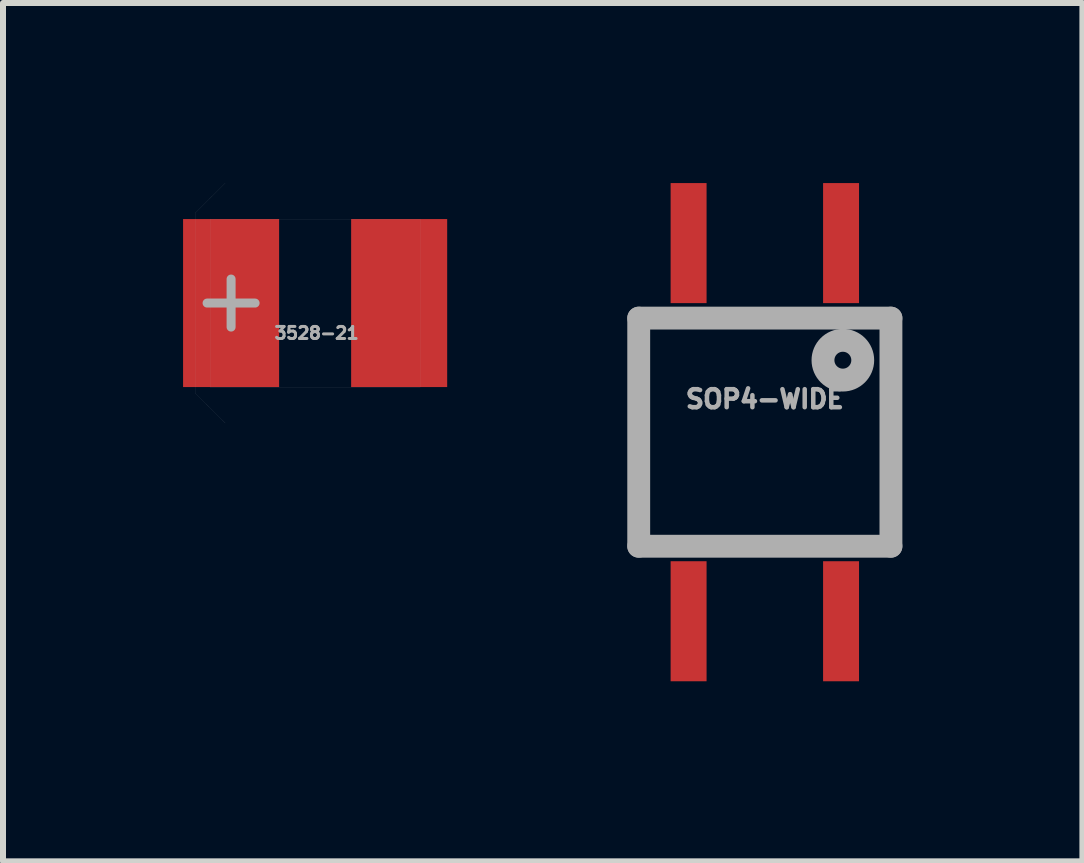
<source format=kicad_pcb>
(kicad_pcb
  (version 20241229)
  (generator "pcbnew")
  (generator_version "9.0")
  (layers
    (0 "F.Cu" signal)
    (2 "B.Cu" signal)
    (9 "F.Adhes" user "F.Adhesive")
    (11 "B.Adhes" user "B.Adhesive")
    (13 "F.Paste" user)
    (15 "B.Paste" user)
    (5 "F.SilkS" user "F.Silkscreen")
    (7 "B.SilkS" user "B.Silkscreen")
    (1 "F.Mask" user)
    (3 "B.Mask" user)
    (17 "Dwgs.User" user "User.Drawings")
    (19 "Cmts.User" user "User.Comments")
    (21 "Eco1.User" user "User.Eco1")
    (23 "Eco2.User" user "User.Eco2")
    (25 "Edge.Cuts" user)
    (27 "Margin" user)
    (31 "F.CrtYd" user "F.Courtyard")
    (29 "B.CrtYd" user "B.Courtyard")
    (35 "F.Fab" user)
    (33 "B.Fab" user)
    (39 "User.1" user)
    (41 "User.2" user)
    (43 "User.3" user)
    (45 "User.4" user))
  (footprint "3528-21"
    (layer "F.Cu")
    (at 2.2 1.999)
    (property "Reference" "3528-21" (at 0.025 0.5 0) (layer "F.Fab") (effects (font (size 0.2 0.2) (thickness 0.05))))
    (attr smd)
    (fp_line (start -1.999 -1.501) (end -1.999 1.501) (stroke (width 0.001) (type solid)) (layer "F.Fab"))
    (fp_line (start -1.999 1.501) (end -1.499 1.999) (stroke (width 0.001) (type solid)) (layer "F.Fab"))
    (fp_line (start -1.8 0) (end -1 0) (stroke (width 0.15) (type solid)) (layer "F.Fab"))
    (fp_line (start -1.75 -1.4) (end 1.75 -1.4) (stroke (width 0.001) (type solid)) (layer "F.Fab"))
    (fp_line (start -1.75 1.4) (end -1.75 -1.4) (stroke (width 0.001) (type solid)) (layer "F.Fab"))
    (fp_line (start -1.499 -1.999) (end -1.999 -1.501) (stroke (width 0.001) (type solid)) (layer "F.Fab"))
    (fp_line (start -1.4 -0.4) (end -1.4 0.4) (stroke (width 0.15) (type solid)) (layer "F.Fab"))
    (fp_line (start 1.75 -1.4) (end 1.75 1.4) (stroke (width 0.001) (type solid)) (layer "F.Fab"))
    (fp_line (start 1.75 1.4) (end -1.75 1.4) (stroke (width 0.001) (type solid)) (layer "F.Fab"))
    (pad "1" smd rect (at -1.4 0) (size 1.6 2.799) (layers "F.Cu" "F.Mask" "F.Paste"))
    (pad "2" smd rect (at 1.4 0) (size 1.6 2.799) (layers "F.Cu" "F.Mask" "F.Paste")))
  (footprint "SOP4-WIDE"
    (layer "F.Cu")
    (at 9.692 4.15)
    (property "Reference" "SOP4-WIDE" (at 0 -0.551 0) (layer "F.Fab") (effects (font (size 0.3 0.3) (thickness 0.075))))
    (attr smd)
    (fp_line (start -2.101 -1.9) (end 2.101 -1.9) (stroke (width 0.381) (type solid)) (layer "F.Fab"))
    (fp_line (start -2.101 1.9) (end -2.101 -1.9) (stroke (width 0.381) (type solid)) (layer "F.Fab"))
    (fp_line (start -2.101 1.9) (end 2.101 1.9) (stroke (width 0.381) (type solid)) (layer "F.Fab"))
    (fp_line (start 2.101 1.9) (end 2.101 -1.9) (stroke (width 0.381) (type solid)) (layer "F.Fab"))
    (fp_circle (center 1.3 -1.199) (end 1.4 -1.1) (stroke (width 0.381) (type solid)) (fill no) (layer "F.Fab"))
    (pad "1" smd rect (at 1.27 -3.15) (size 0.599 2) (layers "F.Cu" "F.Mask" "F.Paste"))
    (pad "2" smd rect (at -1.27 -3.15) (size 0.599 2) (layers "F.Cu" "F.Mask" "F.Paste"))
    (pad "3" smd rect (at -1.27 3.15) (size 0.599 2) (layers "F.Cu" "F.Mask" "F.Paste"))
    (pad "4" smd rect (at 1.27 3.15) (size 0.599 2) (layers "F.Cu" "F.Mask" "F.Paste")))
  (gr_rect
    (start -3 -3)
    (end 14.983 11.3)
    (stroke (width 0.1) (type default))
    (fill no)
    (layer "Edge.Cuts")))
</source>
